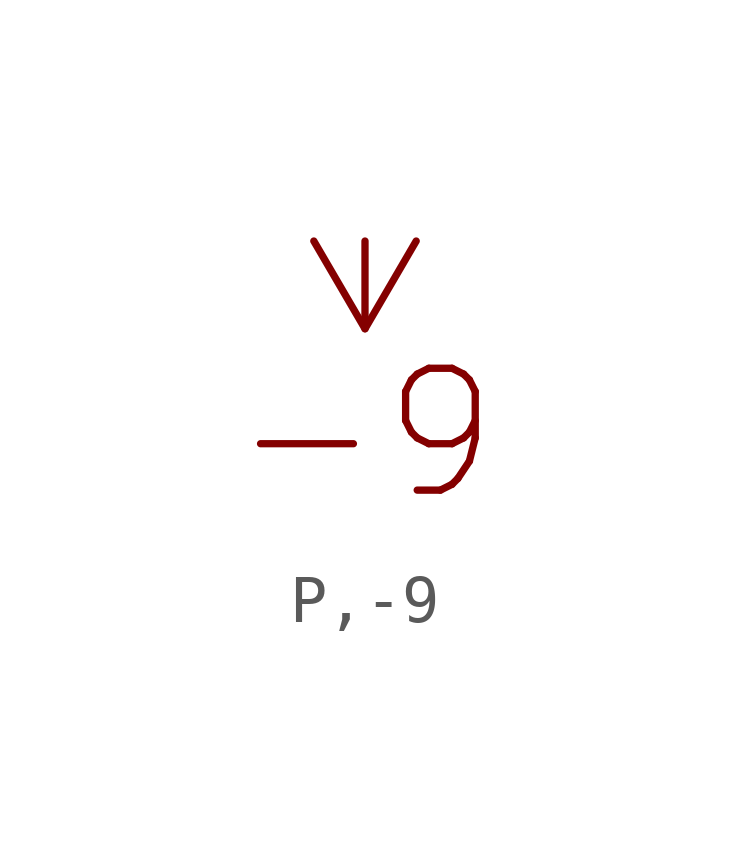
<source format=kicad_sym>
(kicad_symbol_lib
  (version 20211014)
  (generator kicad_symbol_editor)
  (symbol "P,-9"
    (power)
    (pin_numbers hide)
    (pin_names
      (offset 1.27) hide)
    (property "Reference" "#PWR"
      (at 2.54 0 0)
      (effects (font (size 2.54 2.54)) (justify left) hide))
    (symbol "P,-9_1_1"
      (polyline (pts (xy 0 0) (xy 0 -1.829)) (stroke (width 0) (type default) (color 0 0 0 0)) (fill (type none)))
      (polyline (pts (xy -1.067 0) (xy 0 -1.829) (xy 1.067 0)) (stroke (width 0) (type default) (color 0 0 0 0)) (fill (type none)))
      (text "-9" (at 0 -2.54 0) (effects (font (size 2.54 2.54)) (justify top)))
      (pin power_in line (at 0 0 0) (length 0) hide (name "-9" (effects (font (size 2.54 2.54)))) (number "0" (effects (font (size 0 0))))))))
</source>
